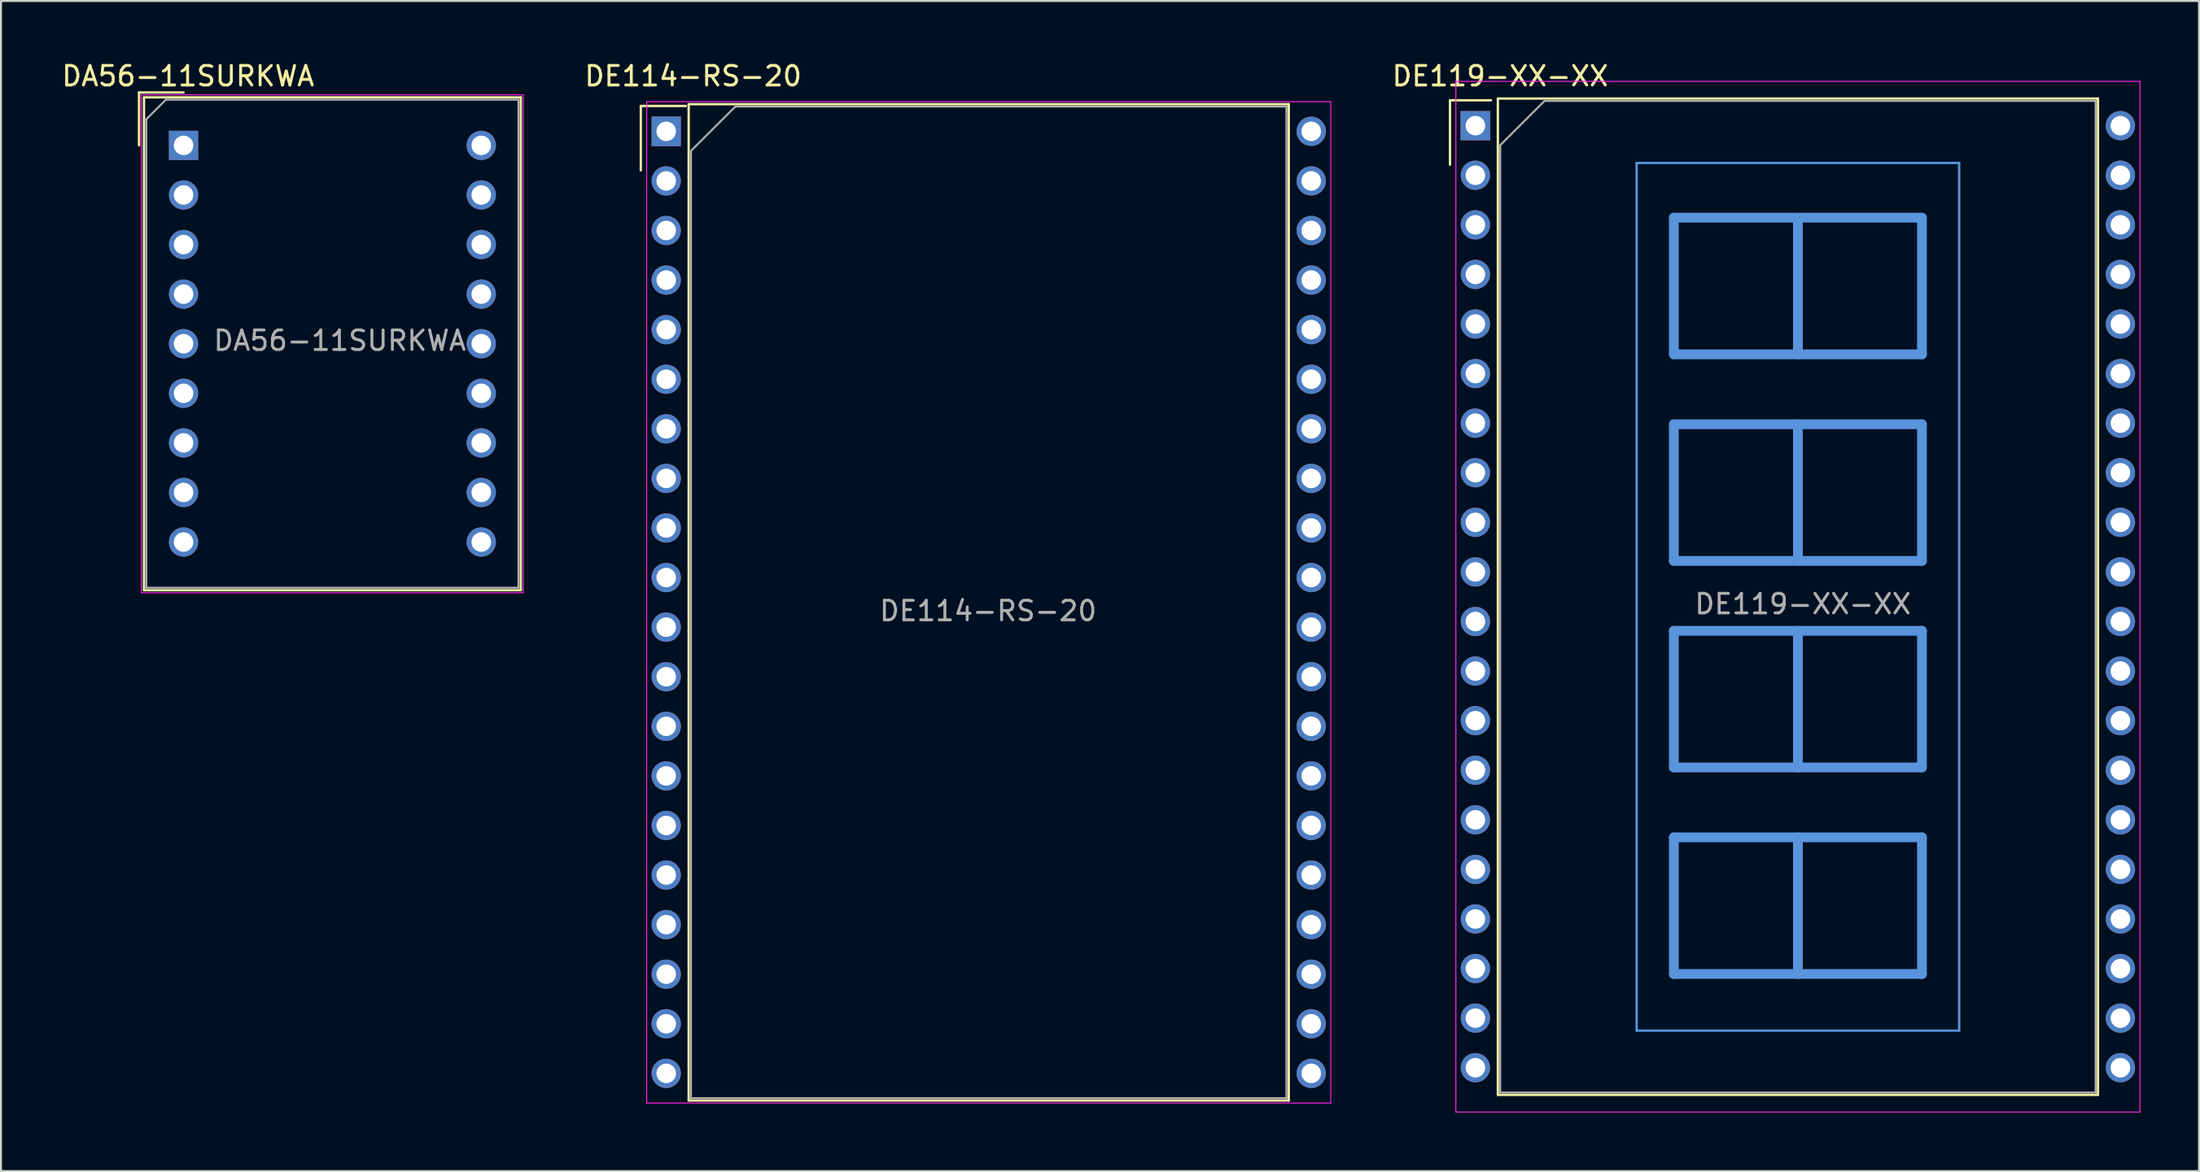
<source format=kicad_pcb>
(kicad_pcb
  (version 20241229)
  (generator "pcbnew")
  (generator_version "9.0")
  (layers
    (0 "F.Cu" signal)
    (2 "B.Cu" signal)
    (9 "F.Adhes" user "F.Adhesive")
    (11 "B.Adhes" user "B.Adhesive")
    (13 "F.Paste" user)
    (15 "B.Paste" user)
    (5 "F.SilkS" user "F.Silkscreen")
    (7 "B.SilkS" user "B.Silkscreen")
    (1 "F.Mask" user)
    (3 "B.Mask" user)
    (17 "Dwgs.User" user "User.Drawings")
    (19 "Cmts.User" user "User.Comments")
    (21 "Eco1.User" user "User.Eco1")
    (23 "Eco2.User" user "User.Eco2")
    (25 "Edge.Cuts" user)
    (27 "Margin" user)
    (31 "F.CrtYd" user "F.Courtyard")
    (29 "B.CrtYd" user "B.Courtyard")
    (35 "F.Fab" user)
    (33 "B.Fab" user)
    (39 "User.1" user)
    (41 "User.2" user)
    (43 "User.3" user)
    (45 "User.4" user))
  (footprint "DA56-11SURKWA"
    (layer "F.Cu")
    (at 6.347 4.398)
    (property "Reference" "DA56-11SURKWA" (at 0.23 -3.55 0) (layer "F.SilkS") (effects (font (size 1 1) (thickness 0.15))))
    (attr through_hole)
    (fp_line (start -2.28 -2.71) (end -2.28 0) (stroke (width 0.12) (type solid)) (layer "F.SilkS"))
    (fp_line (start -2.28 -2.71) (end 0 -2.71) (stroke (width 0.12) (type solid)) (layer "F.SilkS"))
    (fp_line (start -2.025 -2.46) (end 17.265 -2.46) (stroke (width 0.12) (type solid)) (layer "F.SilkS"))
    (fp_line (start -2.025 22.79) (end -2.025 -2.46) (stroke (width 0.12) (type solid)) (layer "F.SilkS"))
    (fp_line (start 17.265 -2.46) (end 17.265 22.79) (stroke (width 0.12) (type solid)) (layer "F.SilkS"))
    (fp_line (start 17.265 22.79) (end -2.025 22.79) (stroke (width 0.12) (type solid)) (layer "F.SilkS"))
    (fp_line (start -2.16 -2.59) (end 17.39 -2.59) (stroke (width 0.05) (type solid)) (layer "F.CrtYd"))
    (fp_line (start -2.16 22.92) (end -2.16 -2.59) (stroke (width 0.05) (type solid)) (layer "F.CrtYd"))
    (fp_line (start 17.39 -2.59) (end 17.39 22.92) (stroke (width 0.05) (type solid)) (layer "F.CrtYd"))
    (fp_line (start 17.39 22.92) (end -2.16 22.92) (stroke (width 0.05) (type solid)) (layer "F.CrtYd"))
    (fp_line (start -1.905 -1.34) (end -0.905 -2.34) (stroke (width 0.1) (type solid)) (layer "F.Fab"))
    (fp_line (start -1.905 22.66) (end -1.905 -1.34) (stroke (width 0.1) (type solid)) (layer "F.Fab"))
    (fp_line (start -0.905 -2.34) (end 17.145 -2.34) (stroke (width 0.1) (type solid)) (layer "F.Fab"))
    (fp_line (start 17.145 -2.34) (end 17.145 22.66) (stroke (width 0.1) (type solid)) (layer "F.Fab"))
    (fp_line (start 17.145 22.66) (end -1.905 22.66) (stroke (width 0.1) (type solid)) (layer "F.Fab"))
    (fp_text user "${REFERENCE}" (at 8 10 0) (layer "F.Fab") (effects (font (size 1 1) (thickness 0.15))))
    (pad "1" thru_hole rect (at 0 0) (size 1.5 1.5) (drill 1) (layers "*.Cu" "*.Mask"))
    (pad "2" thru_hole circle (at 0 2.54) (size 1.5 1.5) (drill 1) (layers "*.Cu" "*.Mask"))
    (pad "3" thru_hole circle (at 0 5.08) (size 1.5 1.5) (drill 1) (layers "*.Cu" "*.Mask"))
    (pad "4" thru_hole circle (at 0 7.62) (size 1.5 1.5) (drill 1) (layers "*.Cu" "*.Mask"))
    (pad "5" thru_hole circle (at 0 10.16) (size 1.5 1.5) (drill 1) (layers "*.Cu" "*.Mask"))
    (pad "6" thru_hole circle (at 0 12.7) (size 1.5 1.5) (drill 1) (layers "*.Cu" "*.Mask"))
    (pad "7" thru_hole circle (at 0 15.24) (size 1.5 1.5) (drill 1) (layers "*.Cu" "*.Mask"))
    (pad "8" thru_hole circle (at 0 17.78) (size 1.5 1.5) (drill 1) (layers "*.Cu" "*.Mask"))
    (pad "9" thru_hole circle (at 0 20.32) (size 1.5 1.5) (drill 1) (layers "*.Cu" "*.Mask"))
    (pad "10" thru_hole circle (at 15.24 20.32) (size 1.5 1.5) (drill 1) (layers "*.Cu" "*.Mask"))
    (pad "11" thru_hole circle (at 15.24 17.78) (size 1.5 1.5) (drill 1) (layers "*.Cu" "*.Mask"))
    (pad "12" thru_hole circle (at 15.24 15.24) (size 1.5 1.5) (drill 1) (layers "*.Cu" "*.Mask"))
    (pad "13" thru_hole circle (at 15.24 12.7) (size 1.5 1.5) (drill 1) (layers "*.Cu" "*.Mask"))
    (pad "14" thru_hole circle (at 15.24 10.16) (size 1.5 1.5) (drill 1) (layers "*.Cu" "*.Mask"))
    (pad "15" thru_hole circle (at 15.24 7.62) (size 1.5 1.5) (drill 1) (layers "*.Cu" "*.Mask"))
    (pad "16" thru_hole circle (at 15.24 5.08) (size 1.5 1.5) (drill 1) (layers "*.Cu" "*.Mask"))
    (pad "17" thru_hole circle (at 15.24 2.54) (size 1.5 1.5) (drill 1) (layers "*.Cu" "*.Mask"))
    (pad "18" thru_hole circle (at 15.24 0) (size 1.5 1.5) (drill 1) (layers "*.Cu" "*.Mask")))
  (footprint "DE114-RS-20"
    (layer "F.Cu")
    (at 31.055 3.678)
    (property "Reference" "DE114-RS-20" (at 1.38 -2.83 0) (layer "F.SilkS") (effects (font (size 1 1) (thickness 0.15))))
    (attr through_hole)
    (fp_line (start -1.3 -1.3) (end -1.3 2) (stroke (width 0.12) (type solid)) (layer "F.SilkS"))
    (fp_line (start -1.3 -1.3) (end 1 -1.3) (stroke (width 0.12) (type solid)) (layer "F.SilkS"))
    (fp_line (start 1.15 -1.39) (end 31.87 -1.39) (stroke (width 0.12) (type solid)) (layer "F.SilkS"))
    (fp_line (start 1.15 49.65) (end 1.15 -1.39) (stroke (width 0.12) (type solid)) (layer "F.SilkS"))
    (fp_line (start 31.87 -1.39) (end 31.87 49.65) (stroke (width 0.12) (type solid)) (layer "F.SilkS"))
    (fp_line (start 31.87 49.65) (end 1.15 49.65) (stroke (width 0.12) (type solid)) (layer "F.SilkS"))
    (fp_line (start -1 -1.52) (end 34.02 -1.52) (stroke (width 0.05) (type solid)) (layer "F.CrtYd"))
    (fp_line (start -1 49.78) (end -1 -1.52) (stroke (width 0.05) (type solid)) (layer "F.CrtYd"))
    (fp_line (start 34.02 -1.52) (end 34.02 49.78) (stroke (width 0.05) (type solid)) (layer "F.CrtYd"))
    (fp_line (start 34.02 49.78) (end -1 49.78) (stroke (width 0.05) (type solid)) (layer "F.CrtYd"))
    (fp_line (start 1.27 1) (end 3.54 -1.27) (stroke (width 0.1) (type solid)) (layer "F.Fab"))
    (fp_line (start 1.27 49.53) (end 1.27 1) (stroke (width 0.1) (type solid)) (layer "F.Fab"))
    (fp_line (start 3.54 -1.27) (end 31.75 -1.27) (stroke (width 0.1) (type solid)) (layer "F.Fab"))
    (fp_line (start 31.75 -1.27) (end 31.75 49.53) (stroke (width 0.1) (type solid)) (layer "F.Fab"))
    (fp_line (start 31.75 49.53) (end 1.27 49.53) (stroke (width 0.1) (type solid)) (layer "F.Fab"))
    (fp_text user "${REFERENCE}" (at 16.48 24.57 0) (layer "F.Fab") (effects (font (size 1 1) (thickness 0.15))))
    (pad "1" thru_hole rect (at 0 0) (size 1.5 1.524) (drill 1) (layers "*.Cu" "*.Mask"))
    (pad "2" thru_hole circle (at 0 2.54) (size 1.5 1.5) (drill 1) (layers "*.Cu" "*.Mask"))
    (pad "3" thru_hole circle (at 0 5.08) (size 1.5 1.5) (drill 1) (layers "*.Cu" "*.Mask"))
    (pad "4" thru_hole circle (at 0 7.62) (size 1.5 1.5) (drill 1) (layers "*.Cu" "*.Mask"))
    (pad "5" thru_hole circle (at 0 10.16) (size 1.5 1.5) (drill 1) (layers "*.Cu" "*.Mask"))
    (pad "6" thru_hole circle (at 0 12.7) (size 1.5 1.5) (drill 1) (layers "*.Cu" "*.Mask"))
    (pad "7" thru_hole circle (at 0 15.24) (size 1.5 1.5) (drill 1) (layers "*.Cu" "*.Mask"))
    (pad "8" thru_hole circle (at 0 17.78) (size 1.5 1.5) (drill 1) (layers "*.Cu" "*.Mask"))
    (pad "9" thru_hole circle (at 0 20.32) (size 1.5 1.5) (drill 1) (layers "*.Cu" "*.Mask"))
    (pad "10" thru_hole circle (at 0 22.86) (size 1.5 1.5) (drill 1) (layers "*.Cu" "*.Mask"))
    (pad "11" thru_hole circle (at 0 25.4) (size 1.5 1.5) (drill 1) (layers "*.Cu" "*.Mask"))
    (pad "12" thru_hole circle (at 0 27.94) (size 1.5 1.5) (drill 1) (layers "*.Cu" "*.Mask"))
    (pad "13" thru_hole circle (at 0 30.48) (size 1.5 1.5) (drill 1) (layers "*.Cu" "*.Mask"))
    (pad "14" thru_hole circle (at 0 33.02) (size 1.5 1.5) (drill 1) (layers "*.Cu" "*.Mask"))
    (pad "15" thru_hole circle (at 0 35.56) (size 1.5 1.5) (drill 1) (layers "*.Cu" "*.Mask"))
    (pad "16" thru_hole circle (at 0 38.1) (size 1.5 1.5) (drill 1) (layers "*.Cu" "*.Mask"))
    (pad "17" thru_hole circle (at 0 40.64) (size 1.5 1.5) (drill 1) (layers "*.Cu" "*.Mask"))
    (pad "18" thru_hole circle (at 0 43.18) (size 1.5 1.5) (drill 1) (layers "*.Cu" "*.Mask"))
    (pad "19" thru_hole circle (at 0 45.72) (size 1.5 1.5) (drill 1) (layers "*.Cu" "*.Mask"))
    (pad "20" thru_hole circle (at 0 48.26) (size 1.5 1.5) (drill 1) (layers "*.Cu" "*.Mask"))
    (pad "21" thru_hole circle (at 33.02 48.26) (size 1.5 1.5) (drill 1) (layers "*.Cu" "*.Mask"))
    (pad "22" thru_hole circle (at 33.02 45.72) (size 1.5 1.5) (drill 1) (layers "*.Cu" "*.Mask"))
    (pad "23" thru_hole circle (at 33.02 43.18) (size 1.5 1.5) (drill 1) (layers "*.Cu" "*.Mask"))
    (pad "24" thru_hole circle (at 33.02 40.64) (size 1.5 1.5) (drill 1) (layers "*.Cu" "*.Mask"))
    (pad "25" thru_hole circle (at 33.02 38.1) (size 1.5 1.5) (drill 1) (layers "*.Cu" "*.Mask"))
    (pad "26" thru_hole circle (at 33.02 35.56) (size 1.5 1.5) (drill 1) (layers "*.Cu" "*.Mask"))
    (pad "27" thru_hole circle (at 33.02 33.02) (size 1.5 1.5) (drill 1) (layers "*.Cu" "*.Mask"))
    (pad "28" thru_hole circle (at 33.02 30.48) (size 1.5 1.5) (drill 1) (layers "*.Cu" "*.Mask"))
    (pad "29" thru_hole circle (at 33.02 27.94) (size 1.5 1.5) (drill 1) (layers "*.Cu" "*.Mask"))
    (pad "30" thru_hole circle (at 33.02 25.4) (size 1.5 1.5) (drill 1) (layers "*.Cu" "*.Mask"))
    (pad "31" thru_hole circle (at 33.02 22.86) (size 1.5 1.5) (drill 1) (layers "*.Cu" "*.Mask"))
    (pad "32" thru_hole circle (at 33.02 20.32) (size 1.5 1.5) (drill 1) (layers "*.Cu" "*.Mask"))
    (pad "33" thru_hole circle (at 33.02 17.78) (size 1.5 1.5) (drill 1) (layers "*.Cu" "*.Mask"))
    (pad "34" thru_hole circle (at 33.02 15.24) (size 1.5 1.5) (drill 1) (layers "*.Cu" "*.Mask"))
    (pad "35" thru_hole circle (at 33.02 12.7) (size 1.5 1.5) (drill 1) (layers "*.Cu" "*.Mask"))
    (pad "36" thru_hole circle (at 33.02 10.16) (size 1.5 1.5) (drill 1) (layers "*.Cu" "*.Mask"))
    (pad "37" thru_hole circle (at 33.02 7.62) (size 1.5 1.5) (drill 1) (layers "*.Cu" "*.Mask"))
    (pad "38" thru_hole circle (at 33.02 5.08) (size 1.5 1.5) (drill 1) (layers "*.Cu" "*.Mask"))
    (pad "39" thru_hole circle (at 33.02 2.54) (size 1.5 1.5) (drill 1) (layers "*.Cu" "*.Mask"))
    (pad "40" thru_hole circle (at 33.02 0) (size 1.5 1.5) (drill 1) (layers "*.Cu" "*.Mask")))
  (footprint "DE119-XX-XX"
    (layer "F.Cu")
    (at 72.479 3.388)
    (property "Reference" "DE119-XX-XX" (at 1.27 -2.54 0) (layer "F.SilkS") (effects (font (size 1 1) (thickness 0.15))))
    (attr through_hole)
    (fp_line (start -1.3 -1.3) (end -1.3 2) (stroke (width 0.12) (type solid)) (layer "F.SilkS"))
    (fp_line (start -1.3 -1.3) (end 0.8 -1.3) (stroke (width 0.12) (type solid)) (layer "F.SilkS"))
    (fp_line (start 1.15 -1.39) (end 1.15 49.65) (stroke (width 0.12) (type solid)) (layer "F.SilkS"))
    (fp_line (start 1.15 49.65) (end 31.87 49.65) (stroke (width 0.12) (type solid)) (layer "F.SilkS"))
    (fp_line (start 31.87 -1.39) (end 1.15 -1.39) (stroke (width 0.12) (type solid)) (layer "F.SilkS"))
    (fp_line (start 31.87 49.65) (end 31.87 -1.39) (stroke (width 0.12) (type solid)) (layer "F.SilkS"))
    (fp_line (start 8.255 1.91) (end 8.255 46.36) (stroke (width 0.12) (type solid)) (layer "Cmts.User"))
    (fp_line (start 8.255 1.91) (end 24.765 1.91) (stroke (width 0.12) (type solid)) (layer "Cmts.User"))
    (fp_line (start 8.255 46.36) (end 24.765 46.36) (stroke (width 0.12) (type solid)) (layer "Cmts.User"))
    (fp_line (start 10.16 4.715) (end 22.86 4.715) (stroke (width 0.5) (type solid)) (layer "Cmts.User"))
    (fp_line (start 10.16 11.715) (end 10.16 4.715) (stroke (width 0.5) (type solid)) (layer "Cmts.User"))
    (fp_line (start 10.16 15.297) (end 22.86 15.297) (stroke (width 0.5) (type solid)) (layer "Cmts.User"))
    (fp_line (start 10.16 22.297) (end 10.16 15.297) (stroke (width 0.5) (type solid)) (layer "Cmts.User"))
    (fp_line (start 10.16 25.878) (end 22.86 25.878) (stroke (width 0.5) (type solid)) (layer "Cmts.User"))
    (fp_line (start 10.16 32.878) (end 10.16 25.878) (stroke (width 0.5) (type solid)) (layer "Cmts.User"))
    (fp_line (start 10.16 36.46) (end 22.86 36.46) (stroke (width 0.5) (type solid)) (layer "Cmts.User"))
    (fp_line (start 10.16 43.46) (end 10.16 36.46) (stroke (width 0.5) (type solid)) (layer "Cmts.User"))
    (fp_line (start 16.51 4.715) (end 16.51 11.715) (stroke (width 0.5) (type solid)) (layer "Cmts.User"))
    (fp_line (start 16.51 15.297) (end 16.51 22.297) (stroke (width 0.5) (type solid)) (layer "Cmts.User"))
    (fp_line (start 16.51 25.878) (end 16.51 32.878) (stroke (width 0.5) (type solid)) (layer "Cmts.User"))
    (fp_line (start 16.51 36.46) (end 16.51 43.46) (stroke (width 0.5) (type solid)) (layer "Cmts.User"))
    (fp_line (start 22.86 4.715) (end 22.86 11.715) (stroke (width 0.5) (type solid)) (layer "Cmts.User"))
    (fp_line (start 22.86 11.715) (end 10.16 11.715) (stroke (width 0.5) (type solid)) (layer "Cmts.User"))
    (fp_line (start 22.86 15.297) (end 22.86 22.297) (stroke (width 0.5) (type solid)) (layer "Cmts.User"))
    (fp_line (start 22.86 22.297) (end 10.16 22.297) (stroke (width 0.5) (type solid)) (layer "Cmts.User"))
    (fp_line (start 22.86 25.878) (end 22.86 32.878) (stroke (width 0.5) (type solid)) (layer "Cmts.User"))
    (fp_line (start 22.86 32.878) (end 10.16 32.878) (stroke (width 0.5) (type solid)) (layer "Cmts.User"))
    (fp_line (start 22.86 36.46) (end 22.86 43.46) (stroke (width 0.5) (type solid)) (layer "Cmts.User"))
    (fp_line (start 22.86 43.46) (end 10.16 43.46) (stroke (width 0.5) (type solid)) (layer "Cmts.User"))
    (fp_line (start 24.765 46.36) (end 24.765 1.91) (stroke (width 0.12) (type solid)) (layer "Cmts.User"))
    (fp_line (start -1 -2.27) (end 34.02 -2.27) (stroke (width 0.05) (type solid)) (layer "F.CrtYd"))
    (fp_line (start -1 50.53) (end -1 -2.27) (stroke (width 0.05) (type solid)) (layer "F.CrtYd"))
    (fp_line (start 34.02 -2.27) (end 34.02 50.53) (stroke (width 0.05) (type solid)) (layer "F.CrtYd"))
    (fp_line (start 34.02 50.53) (end -1 50.53) (stroke (width 0.05) (type solid)) (layer "F.CrtYd"))
    (fp_line (start 1.27 1) (end 3.54 -1.27) (stroke (width 0.1) (type solid)) (layer "F.Fab"))
    (fp_line (start 1.27 49.53) (end 1.27 1) (stroke (width 0.1) (type solid)) (layer "F.Fab"))
    (fp_line (start 3.54 -1.27) (end 31.75 -1.27) (stroke (width 0.1) (type solid)) (layer "F.Fab"))
    (fp_line (start 31.75 -1.27) (end 31.75 49.53) (stroke (width 0.1) (type solid)) (layer "F.Fab"))
    (fp_line (start 31.75 49.53) (end 1.27 49.53) (stroke (width 0.1) (type solid)) (layer "F.Fab"))
    (fp_text user "${REFERENCE}" (at 16.764 24.504 0) (layer "F.Fab") (effects (font (size 1 1) (thickness 0.15))))
    (pad "1" thru_hole rect (at 0 0 270) (size 1.5 1.524) (drill 1) (layers "*.Cu" "*.Mask"))
    (pad "2" thru_hole circle (at 0 2.54 270) (size 1.5 1.5) (drill 1) (layers "*.Cu" "*.Mask"))
    (pad "3" thru_hole circle (at 0 5.08 270) (size 1.5 1.5) (drill 1) (layers "*.Cu" "*.Mask"))
    (pad "4" thru_hole circle (at 0 7.62 270) (size 1.5 1.5) (drill 1) (layers "*.Cu" "*.Mask"))
    (pad "5" thru_hole circle (at 0 10.16 270) (size 1.5 1.5) (drill 1) (layers "*.Cu" "*.Mask"))
    (pad "6" thru_hole circle (at 0 12.7 270) (size 1.5 1.5) (drill 1) (layers "*.Cu" "*.Mask"))
    (pad "7" thru_hole circle (at 0 15.24 270) (size 1.5 1.5) (drill 1) (layers "*.Cu" "*.Mask"))
    (pad "8" thru_hole circle (at 0 17.78 270) (size 1.5 1.5) (drill 1) (layers "*.Cu" "*.Mask"))
    (pad "9" thru_hole circle (at 0 20.32 270) (size 1.5 1.5) (drill 1) (layers "*.Cu" "*.Mask"))
    (pad "10" thru_hole circle (at 0 22.86 270) (size 1.5 1.5) (drill 1) (layers "*.Cu" "*.Mask"))
    (pad "11" thru_hole circle (at 0 25.4 270) (size 1.5 1.5) (drill 1) (layers "*.Cu" "*.Mask"))
    (pad "12" thru_hole circle (at 0 27.94 270) (size 1.5 1.5) (drill 1) (layers "*.Cu" "*.Mask"))
    (pad "13" thru_hole circle (at 0 30.48 270) (size 1.5 1.5) (drill 1) (layers "*.Cu" "*.Mask"))
    (pad "14" thru_hole circle (at 0 33.02 270) (size 1.5 1.5) (drill 1) (layers "*.Cu" "*.Mask"))
    (pad "15" thru_hole circle (at 0 35.56 270) (size 1.5 1.5) (drill 1) (layers "*.Cu" "*.Mask"))
    (pad "16" thru_hole circle (at 0 38.1 270) (size 1.5 1.5) (drill 1) (layers "*.Cu" "*.Mask"))
    (pad "17" thru_hole circle (at 0 40.64 270) (size 1.5 1.5) (drill 1) (layers "*.Cu" "*.Mask"))
    (pad "18" thru_hole circle (at 0 43.18 270) (size 1.5 1.5) (drill 1) (layers "*.Cu" "*.Mask"))
    (pad "19" thru_hole circle (at 0 45.72 270) (size 1.5 1.5) (drill 1) (layers "*.Cu" "*.Mask"))
    (pad "20" thru_hole circle (at 0 48.26 270) (size 1.5 1.5) (drill 1) (layers "*.Cu" "*.Mask"))
    (pad "21" thru_hole circle (at 33.02 48.26 90) (size 1.5 1.5) (drill 1) (layers "*.Cu" "*.Mask"))
    (pad "22" thru_hole circle (at 33.02 45.72 90) (size 1.5 1.5) (drill 1) (layers "*.Cu" "*.Mask"))
    (pad "23" thru_hole circle (at 33.02 43.18 90) (size 1.5 1.5) (drill 1) (layers "*.Cu" "*.Mask"))
    (pad "24" thru_hole circle (at 33.02 40.64 90) (size 1.5 1.5) (drill 1) (layers "*.Cu" "*.Mask"))
    (pad "25" thru_hole circle (at 33.02 38.1 90) (size 1.5 1.5) (drill 1) (layers "*.Cu" "*.Mask"))
    (pad "26" thru_hole circle (at 33.02 35.56 270) (size 1.5 1.5) (drill 1) (layers "*.Cu" "*.Mask"))
    (pad "27" thru_hole circle (at 33.02 33.02 270) (size 1.5 1.5) (drill 1) (layers "*.Cu" "*.Mask"))
    (pad "28" thru_hole circle (at 33.02 30.48 270) (size 1.5 1.5) (drill 1) (layers "*.Cu" "*.Mask"))
    (pad "29" thru_hole circle (at 33.02 27.94 270) (size 1.5 1.5) (drill 1) (layers "*.Cu" "*.Mask"))
    (pad "30" thru_hole circle (at 33.02 25.4 270) (size 1.5 1.5) (drill 1) (layers "*.Cu" "*.Mask"))
    (pad "31" thru_hole circle (at 33.02 22.86 270) (size 1.5 1.5) (drill 1) (layers "*.Cu" "*.Mask"))
    (pad "32" thru_hole circle (at 33.02 20.32 270) (size 1.5 1.5) (drill 1) (layers "*.Cu" "*.Mask"))
    (pad "33" thru_hole circle (at 33.02 17.78 270) (size 1.5 1.5) (drill 1) (layers "*.Cu" "*.Mask"))
    (pad "34" thru_hole circle (at 33.02 15.24 270) (size 1.5 1.5) (drill 1) (layers "*.Cu" "*.Mask"))
    (pad "35" thru_hole circle (at 33.02 12.7 270) (size 1.5 1.5) (drill 1) (layers "*.Cu" "*.Mask"))
    (pad "36" thru_hole circle (at 33.02 10.16 270) (size 1.5 1.5) (drill 1) (layers "*.Cu" "*.Mask"))
    (pad "37" thru_hole circle (at 33.02 7.62 270) (size 1.5 1.5) (drill 1) (layers "*.Cu" "*.Mask"))
    (pad "38" thru_hole circle (at 33.02 5.08 270) (size 1.5 1.5) (drill 1) (layers "*.Cu" "*.Mask"))
    (pad "39" thru_hole circle (at 33.02 2.54 270) (size 1.5 1.5) (drill 1) (layers "*.Cu" "*.Mask"))
    (pad "40" thru_hole circle (at 33.02 0 270) (size 1.5 1.5) (drill 1) (layers "*.Cu" "*.Mask")))
  (gr_rect
    (start -3 -3)
    (end 109.524 56.943)
    (stroke (width 0.1) (type default))
    (fill no)
    (layer "Edge.Cuts")))
</source>
